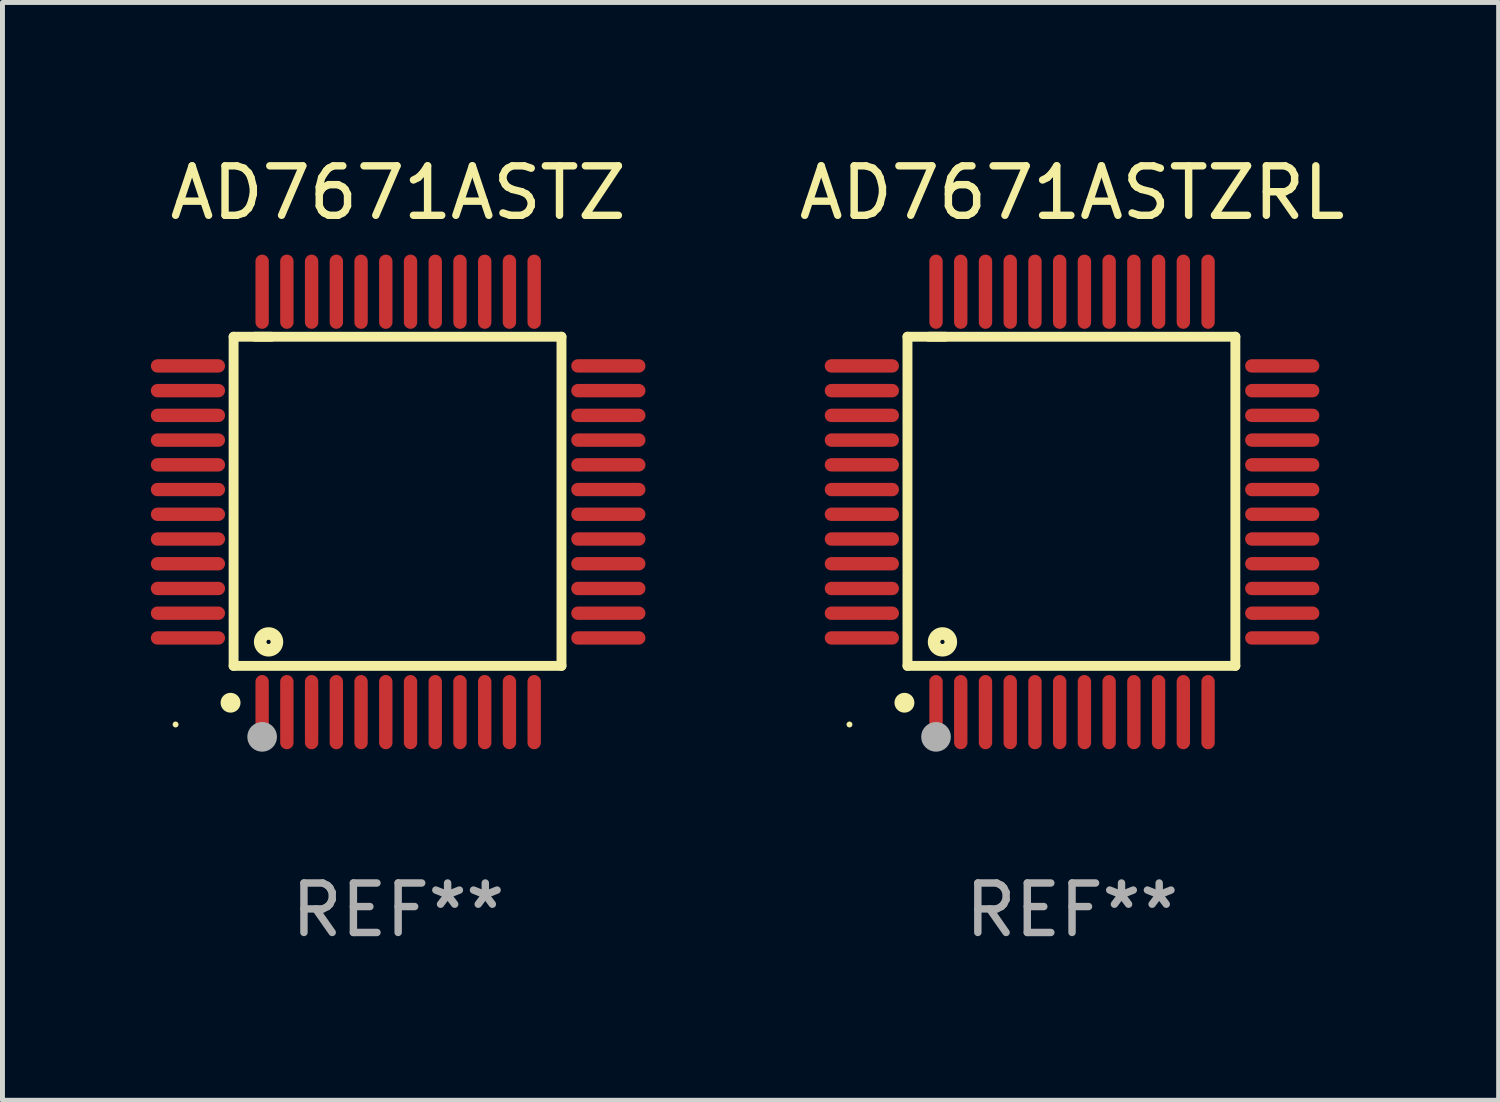
<source format=kicad_pcb>
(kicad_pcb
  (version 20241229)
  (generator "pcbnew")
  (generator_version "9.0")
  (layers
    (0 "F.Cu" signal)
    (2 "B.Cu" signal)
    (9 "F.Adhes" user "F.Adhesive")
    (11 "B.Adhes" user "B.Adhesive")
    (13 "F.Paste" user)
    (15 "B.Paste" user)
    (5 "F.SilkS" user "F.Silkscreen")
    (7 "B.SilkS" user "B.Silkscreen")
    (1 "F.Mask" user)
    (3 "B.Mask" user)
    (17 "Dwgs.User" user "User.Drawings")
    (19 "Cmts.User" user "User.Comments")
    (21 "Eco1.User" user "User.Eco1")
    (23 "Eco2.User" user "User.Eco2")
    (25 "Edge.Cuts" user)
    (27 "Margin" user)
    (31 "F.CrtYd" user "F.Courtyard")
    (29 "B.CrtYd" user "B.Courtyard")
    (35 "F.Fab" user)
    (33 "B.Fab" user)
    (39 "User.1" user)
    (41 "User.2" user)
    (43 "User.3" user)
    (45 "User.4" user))
  (footprint "AD7671ASTZ"
    (layer "F.Cu")
    (at 5 7.098)
    (property "Reference" "AD7671ASTZ" (at 0 -6.25 0) (layer "F.SilkS") (effects (font (size 1 1) (thickness 0.15))))
    (attr through_hole)
    (fp_line (start -3.327 -3.34) (end -2.565 -3.34) (stroke (width 0.2) (type solid)) (layer "F.SilkS"))
    (fp_line (start -3.327 3.315) (end -3.327 -3.34) (stroke (width 0.2) (type solid)) (layer "F.SilkS"))
    (fp_line (start -2.896 -3.34) (end 3.302 -3.34) (stroke (width 0.2) (type solid)) (layer "F.SilkS"))
    (fp_line (start 3.302 -3.34) (end 3.302 3.315) (stroke (width 0.2) (type solid)) (layer "F.SilkS"))
    (fp_line (start 3.302 3.315) (end -3.327 3.315) (stroke (width 0.2) (type solid)) (layer "F.SilkS"))
    (fp_arc (start -3.389992 4.059995) (mid -3.388722 4.059991) (end -3.387452 4.059995) (stroke (width 0.4) (type solid)) (layer "F.SilkS"))
    (fp_circle (center -4.5 4.5) (end -4.47 4.5) (stroke (width 0.06) (type solid)) (fill no) (layer "F.SilkS"))
    (fp_circle (center -2.62 2.83) (end -2.45 2.83) (stroke (width 0.254) (type solid)) (fill no) (layer "F.SilkS"))
    (fp_circle (center -2.75 4.75) (end -2.6 4.75) (stroke (width 0.3) (type solid)) (fill no) (layer "F.Fab"))
    (fp_text user "REF**" (at 0 8.25 0) (layer "F.Fab") (effects (font (size 1 1) (thickness 0.15))))
    (pad "1" smd oval (at -2.75 4.25) (size 0.27 1.5) (layers "F.Cu" "F.Mask" "F.Paste"))
    (pad "2" smd oval (at -2.25 4.25) (size 0.27 1.5) (layers "F.Cu" "F.Mask" "F.Paste"))
    (pad "3" smd oval (at -1.75 4.25) (size 0.27 1.5) (layers "F.Cu" "F.Mask" "F.Paste"))
    (pad "4" smd oval (at -1.25 4.25) (size 0.27 1.5) (layers "F.Cu" "F.Mask" "F.Paste"))
    (pad "5" smd oval (at -0.75 4.25) (size 0.27 1.5) (layers "F.Cu" "F.Mask" "F.Paste"))
    (pad "6" smd oval (at -0.25 4.25) (size 0.27 1.5) (layers "F.Cu" "F.Mask" "F.Paste"))
    (pad "7" smd oval (at 0.25 4.25) (size 0.27 1.5) (layers "F.Cu" "F.Mask" "F.Paste"))
    (pad "8" smd oval (at 0.75 4.25) (size 0.27 1.5) (layers "F.Cu" "F.Mask" "F.Paste"))
    (pad "9" smd oval (at 1.25 4.25) (size 0.27 1.5) (layers "F.Cu" "F.Mask" "F.Paste"))
    (pad "10" smd oval (at 1.75 4.25) (size 0.27 1.5) (layers "F.Cu" "F.Mask" "F.Paste"))
    (pad "11" smd oval (at 2.25 4.25) (size 0.27 1.5) (layers "F.Cu" "F.Mask" "F.Paste"))
    (pad "12" smd oval (at 2.75 4.25) (size 0.27 1.5) (layers "F.Cu" "F.Mask" "F.Paste"))
    (pad "13" smd oval (at 4.25 2.75) (size 1.5 0.27) (layers "F.Cu" "F.Mask" "F.Paste"))
    (pad "14" smd oval (at 4.25 2.25) (size 1.5 0.27) (layers "F.Cu" "F.Mask" "F.Paste"))
    (pad "15" smd oval (at 4.25 1.75) (size 1.5 0.27) (layers "F.Cu" "F.Mask" "F.Paste"))
    (pad "16" smd oval (at 4.25 1.25) (size 1.5 0.27) (layers "F.Cu" "F.Mask" "F.Paste"))
    (pad "17" smd oval (at 4.25 0.75) (size 1.5 0.27) (layers "F.Cu" "F.Mask" "F.Paste"))
    (pad "18" smd oval (at 4.25 0.25) (size 1.5 0.27) (layers "F.Cu" "F.Mask" "F.Paste"))
    (pad "19" smd oval (at 4.25 -0.25) (size 1.5 0.27) (layers "F.Cu" "F.Mask" "F.Paste"))
    (pad "20" smd oval (at 4.25 -0.75) (size 1.5 0.27) (layers "F.Cu" "F.Mask" "F.Paste"))
    (pad "21" smd oval (at 4.25 -1.25) (size 1.5 0.27) (layers "F.Cu" "F.Mask" "F.Paste"))
    (pad "22" smd oval (at 4.25 -1.75) (size 1.5 0.27) (layers "F.Cu" "F.Mask" "F.Paste"))
    (pad "23" smd oval (at 4.25 -2.25) (size 1.5 0.27) (layers "F.Cu" "F.Mask" "F.Paste"))
    (pad "24" smd oval (at 4.25 -2.75) (size 1.5 0.27) (layers "F.Cu" "F.Mask" "F.Paste"))
    (pad "25" smd oval (at 2.75 -4.25) (size 0.27 1.5) (layers "F.Cu" "F.Mask" "F.Paste"))
    (pad "26" smd oval (at 2.25 -4.25) (size 0.27 1.5) (layers "F.Cu" "F.Mask" "F.Paste"))
    (pad "27" smd oval (at 1.75 -4.25) (size 0.27 1.5) (layers "F.Cu" "F.Mask" "F.Paste"))
    (pad "28" smd oval (at 1.25 -4.25) (size 0.27 1.5) (layers "F.Cu" "F.Mask" "F.Paste"))
    (pad "29" smd oval (at 0.75 -4.25) (size 0.27 1.5) (layers "F.Cu" "F.Mask" "F.Paste"))
    (pad "30" smd oval (at 0.25 -4.25) (size 0.27 1.5) (layers "F.Cu" "F.Mask" "F.Paste"))
    (pad "31" smd oval (at -0.25 -4.25) (size 0.27 1.5) (layers "F.Cu" "F.Mask" "F.Paste"))
    (pad "32" smd oval (at -0.75 -4.25) (size 0.27 1.5) (layers "F.Cu" "F.Mask" "F.Paste"))
    (pad "33" smd oval (at -1.25 -4.25) (size 0.27 1.5) (layers "F.Cu" "F.Mask" "F.Paste"))
    (pad "34" smd oval (at -1.75 -4.25) (size 0.27 1.5) (layers "F.Cu" "F.Mask" "F.Paste"))
    (pad "35" smd oval (at -2.25 -4.25) (size 0.27 1.5) (layers "F.Cu" "F.Mask" "F.Paste"))
    (pad "36" smd oval (at -2.75 -4.25) (size 0.27 1.5) (layers "F.Cu" "F.Mask" "F.Paste"))
    (pad "37" smd oval (at -4.25 -2.75) (size 1.5 0.27) (layers "F.Cu" "F.Mask" "F.Paste"))
    (pad "38" smd oval (at -4.25 -2.25) (size 1.5 0.27) (layers "F.Cu" "F.Mask" "F.Paste"))
    (pad "39" smd oval (at -4.25 -1.75) (size 1.5 0.27) (layers "F.Cu" "F.Mask" "F.Paste"))
    (pad "40" smd oval (at -4.25 -1.25) (size 1.5 0.27) (layers "F.Cu" "F.Mask" "F.Paste"))
    (pad "41" smd oval (at -4.25 -0.75) (size 1.5 0.27) (layers "F.Cu" "F.Mask" "F.Paste"))
    (pad "42" smd oval (at -4.25 -0.25) (size 1.5 0.27) (layers "F.Cu" "F.Mask" "F.Paste"))
    (pad "43" smd oval (at -4.25 0.25) (size 1.5 0.27) (layers "F.Cu" "F.Mask" "F.Paste"))
    (pad "44" smd oval (at -4.25 0.75) (size 1.5 0.27) (layers "F.Cu" "F.Mask" "F.Paste"))
    (pad "45" smd oval (at -4.25 1.25) (size 1.5 0.27) (layers "F.Cu" "F.Mask" "F.Paste"))
    (pad "46" smd oval (at -4.25 1.75) (size 1.5 0.27) (layers "F.Cu" "F.Mask" "F.Paste"))
    (pad "47" smd oval (at -4.25 2.25) (size 1.5 0.27) (layers "F.Cu" "F.Mask" "F.Paste"))
    (pad "48" smd oval (at -4.25 2.75) (size 1.5 0.27) (layers "F.Cu" "F.Mask" "F.Paste")))
  (footprint "AD7671ASTZRL"
    (layer "F.Cu")
    (at 18.625 7.098)
    (property "Reference" "AD7671ASTZRL" (at 0 -6.25 0) (layer "F.SilkS") (effects (font (size 1 1) (thickness 0.15))))
    (attr through_hole)
    (fp_line (start -3.327 -3.34) (end -2.565 -3.34) (stroke (width 0.2) (type solid)) (layer "F.SilkS"))
    (fp_line (start -3.327 3.315) (end -3.327 -3.34) (stroke (width 0.2) (type solid)) (layer "F.SilkS"))
    (fp_line (start -2.896 -3.34) (end 3.302 -3.34) (stroke (width 0.2) (type solid)) (layer "F.SilkS"))
    (fp_line (start 3.302 -3.34) (end 3.302 3.315) (stroke (width 0.2) (type solid)) (layer "F.SilkS"))
    (fp_line (start 3.302 3.315) (end -3.327 3.315) (stroke (width 0.2) (type solid)) (layer "F.SilkS"))
    (fp_arc (start -3.389992 4.059995) (mid -3.388722 4.059991) (end -3.387452 4.059995) (stroke (width 0.4) (type solid)) (layer "F.SilkS"))
    (fp_circle (center -4.5 4.5) (end -4.47 4.5) (stroke (width 0.06) (type solid)) (fill no) (layer "F.SilkS"))
    (fp_circle (center -2.62 2.83) (end -2.45 2.83) (stroke (width 0.254) (type solid)) (fill no) (layer "F.SilkS"))
    (fp_circle (center -2.75 4.75) (end -2.6 4.75) (stroke (width 0.3) (type solid)) (fill no) (layer "F.Fab"))
    (fp_text user "REF**" (at 0 8.25 0) (layer "F.Fab") (effects (font (size 1 1) (thickness 0.15))))
    (pad "1" smd oval (at -2.75 4.25) (size 0.27 1.5) (layers "F.Cu" "F.Mask" "F.Paste"))
    (pad "2" smd oval (at -2.25 4.25) (size 0.27 1.5) (layers "F.Cu" "F.Mask" "F.Paste"))
    (pad "3" smd oval (at -1.75 4.25) (size 0.27 1.5) (layers "F.Cu" "F.Mask" "F.Paste"))
    (pad "4" smd oval (at -1.25 4.25) (size 0.27 1.5) (layers "F.Cu" "F.Mask" "F.Paste"))
    (pad "5" smd oval (at -0.75 4.25) (size 0.27 1.5) (layers "F.Cu" "F.Mask" "F.Paste"))
    (pad "6" smd oval (at -0.25 4.25) (size 0.27 1.5) (layers "F.Cu" "F.Mask" "F.Paste"))
    (pad "7" smd oval (at 0.25 4.25) (size 0.27 1.5) (layers "F.Cu" "F.Mask" "F.Paste"))
    (pad "8" smd oval (at 0.75 4.25) (size 0.27 1.5) (layers "F.Cu" "F.Mask" "F.Paste"))
    (pad "9" smd oval (at 1.25 4.25) (size 0.27 1.5) (layers "F.Cu" "F.Mask" "F.Paste"))
    (pad "10" smd oval (at 1.75 4.25) (size 0.27 1.5) (layers "F.Cu" "F.Mask" "F.Paste"))
    (pad "11" smd oval (at 2.25 4.25) (size 0.27 1.5) (layers "F.Cu" "F.Mask" "F.Paste"))
    (pad "12" smd oval (at 2.75 4.25) (size 0.27 1.5) (layers "F.Cu" "F.Mask" "F.Paste"))
    (pad "13" smd oval (at 4.25 2.75) (size 1.5 0.27) (layers "F.Cu" "F.Mask" "F.Paste"))
    (pad "14" smd oval (at 4.25 2.25) (size 1.5 0.27) (layers "F.Cu" "F.Mask" "F.Paste"))
    (pad "15" smd oval (at 4.25 1.75) (size 1.5 0.27) (layers "F.Cu" "F.Mask" "F.Paste"))
    (pad "16" smd oval (at 4.25 1.25) (size 1.5 0.27) (layers "F.Cu" "F.Mask" "F.Paste"))
    (pad "17" smd oval (at 4.25 0.75) (size 1.5 0.27) (layers "F.Cu" "F.Mask" "F.Paste"))
    (pad "18" smd oval (at 4.25 0.25) (size 1.5 0.27) (layers "F.Cu" "F.Mask" "F.Paste"))
    (pad "19" smd oval (at 4.25 -0.25) (size 1.5 0.27) (layers "F.Cu" "F.Mask" "F.Paste"))
    (pad "20" smd oval (at 4.25 -0.75) (size 1.5 0.27) (layers "F.Cu" "F.Mask" "F.Paste"))
    (pad "21" smd oval (at 4.25 -1.25) (size 1.5 0.27) (layers "F.Cu" "F.Mask" "F.Paste"))
    (pad "22" smd oval (at 4.25 -1.75) (size 1.5 0.27) (layers "F.Cu" "F.Mask" "F.Paste"))
    (pad "23" smd oval (at 4.25 -2.25) (size 1.5 0.27) (layers "F.Cu" "F.Mask" "F.Paste"))
    (pad "24" smd oval (at 4.25 -2.75) (size 1.5 0.27) (layers "F.Cu" "F.Mask" "F.Paste"))
    (pad "25" smd oval (at 2.75 -4.25) (size 0.27 1.5) (layers "F.Cu" "F.Mask" "F.Paste"))
    (pad "26" smd oval (at 2.25 -4.25) (size 0.27 1.5) (layers "F.Cu" "F.Mask" "F.Paste"))
    (pad "27" smd oval (at 1.75 -4.25) (size 0.27 1.5) (layers "F.Cu" "F.Mask" "F.Paste"))
    (pad "28" smd oval (at 1.25 -4.25) (size 0.27 1.5) (layers "F.Cu" "F.Mask" "F.Paste"))
    (pad "29" smd oval (at 0.75 -4.25) (size 0.27 1.5) (layers "F.Cu" "F.Mask" "F.Paste"))
    (pad "30" smd oval (at 0.25 -4.25) (size 0.27 1.5) (layers "F.Cu" "F.Mask" "F.Paste"))
    (pad "31" smd oval (at -0.25 -4.25) (size 0.27 1.5) (layers "F.Cu" "F.Mask" "F.Paste"))
    (pad "32" smd oval (at -0.75 -4.25) (size 0.27 1.5) (layers "F.Cu" "F.Mask" "F.Paste"))
    (pad "33" smd oval (at -1.25 -4.25) (size 0.27 1.5) (layers "F.Cu" "F.Mask" "F.Paste"))
    (pad "34" smd oval (at -1.75 -4.25) (size 0.27 1.5) (layers "F.Cu" "F.Mask" "F.Paste"))
    (pad "35" smd oval (at -2.25 -4.25) (size 0.27 1.5) (layers "F.Cu" "F.Mask" "F.Paste"))
    (pad "36" smd oval (at -2.75 -4.25) (size 0.27 1.5) (layers "F.Cu" "F.Mask" "F.Paste"))
    (pad "37" smd oval (at -4.25 -2.75) (size 1.5 0.27) (layers "F.Cu" "F.Mask" "F.Paste"))
    (pad "38" smd oval (at -4.25 -2.25) (size 1.5 0.27) (layers "F.Cu" "F.Mask" "F.Paste"))
    (pad "39" smd oval (at -4.25 -1.75) (size 1.5 0.27) (layers "F.Cu" "F.Mask" "F.Paste"))
    (pad "40" smd oval (at -4.25 -1.25) (size 1.5 0.27) (layers "F.Cu" "F.Mask" "F.Paste"))
    (pad "41" smd oval (at -4.25 -0.75) (size 1.5 0.27) (layers "F.Cu" "F.Mask" "F.Paste"))
    (pad "42" smd oval (at -4.25 -0.25) (size 1.5 0.27) (layers "F.Cu" "F.Mask" "F.Paste"))
    (pad "43" smd oval (at -4.25 0.25) (size 1.5 0.27) (layers "F.Cu" "F.Mask" "F.Paste"))
    (pad "44" smd oval (at -4.25 0.75) (size 1.5 0.27) (layers "F.Cu" "F.Mask" "F.Paste"))
    (pad "45" smd oval (at -4.25 1.25) (size 1.5 0.27) (layers "F.Cu" "F.Mask" "F.Paste"))
    (pad "46" smd oval (at -4.25 1.75) (size 1.5 0.27) (layers "F.Cu" "F.Mask" "F.Paste"))
    (pad "47" smd oval (at -4.25 2.25) (size 1.5 0.27) (layers "F.Cu" "F.Mask" "F.Paste"))
    (pad "48" smd oval (at -4.25 2.75) (size 1.5 0.27) (layers "F.Cu" "F.Mask" "F.Paste")))
  (gr_rect
    (start -3 -3)
    (end 27.25 19.196)
    (stroke (width 0.1) (type default))
    (fill no)
    (layer "Edge.Cuts")))
</source>
